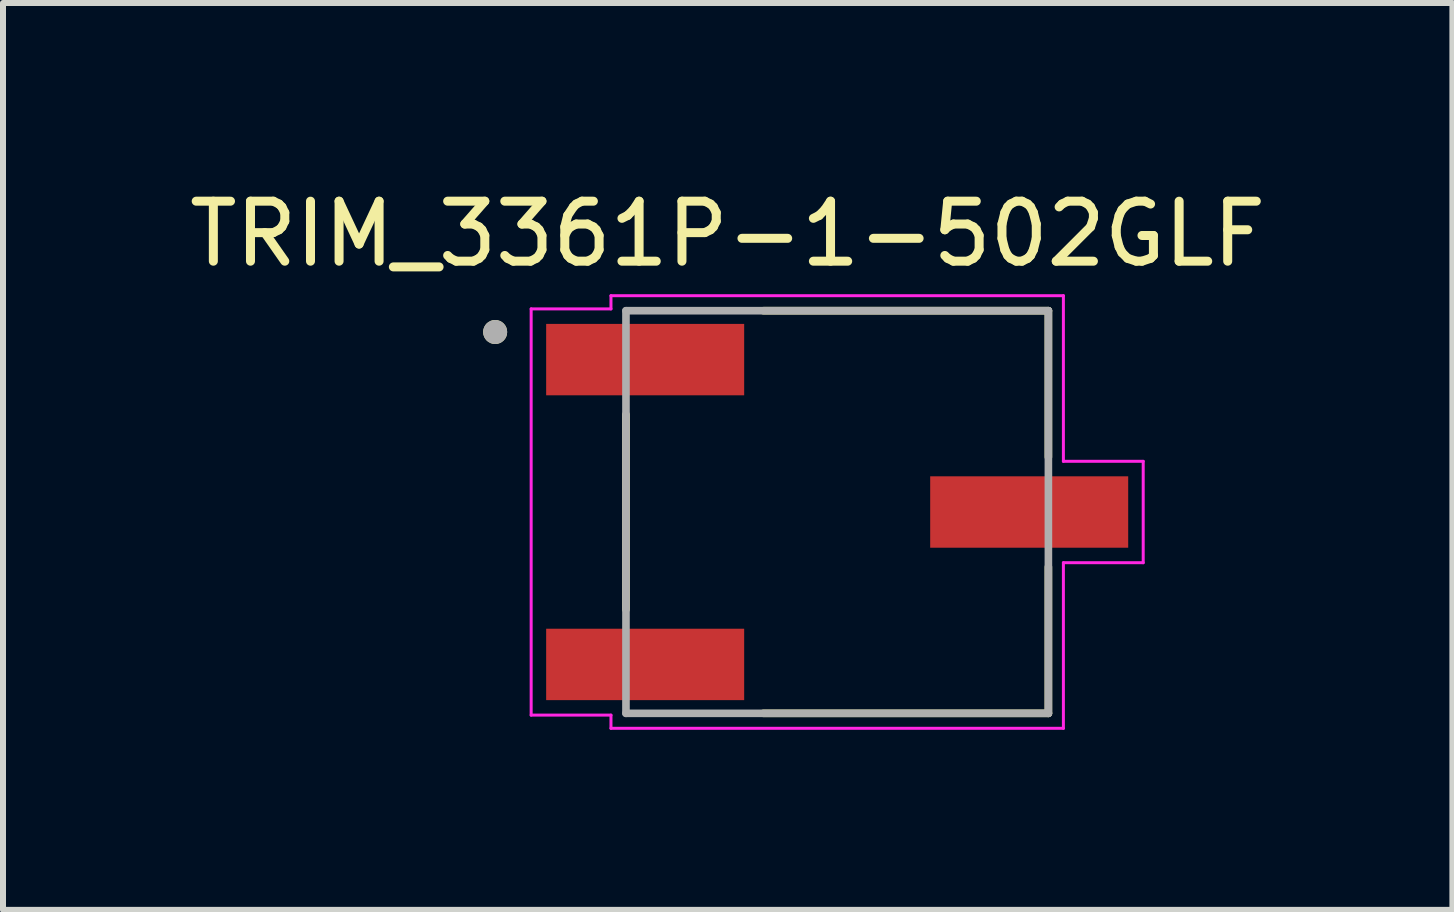
<source format=kicad_pcb>
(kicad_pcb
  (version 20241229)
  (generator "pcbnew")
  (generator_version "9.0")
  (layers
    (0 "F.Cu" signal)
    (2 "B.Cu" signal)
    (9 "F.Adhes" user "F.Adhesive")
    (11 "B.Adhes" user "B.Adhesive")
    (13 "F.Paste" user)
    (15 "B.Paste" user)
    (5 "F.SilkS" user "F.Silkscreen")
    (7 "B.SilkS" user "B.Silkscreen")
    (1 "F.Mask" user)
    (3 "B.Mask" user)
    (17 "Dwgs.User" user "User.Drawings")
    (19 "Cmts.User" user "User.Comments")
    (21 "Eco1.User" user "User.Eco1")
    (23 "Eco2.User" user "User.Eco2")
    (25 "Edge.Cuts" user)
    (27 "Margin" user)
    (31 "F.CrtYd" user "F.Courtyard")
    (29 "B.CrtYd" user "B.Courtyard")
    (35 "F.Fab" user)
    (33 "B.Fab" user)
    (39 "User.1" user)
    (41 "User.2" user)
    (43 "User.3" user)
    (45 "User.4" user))
  (footprint "TRIM_3361P-1-502GLF"
    (layer "F.Cu")
    (at 10.902 5.483)
    (property "Reference" "TRIM_3361P-1-502GLF" (at -1.825 -4.635 0) (layer "F.SilkS") (effects (font (size 1 1) (thickness 0.15))))
    (attr smd)
    (fp_line (start -3.52 -1.625) (end -3.52 1.625) (stroke (width 0.127) (type solid)) (layer "F.SilkS"))
    (fp_line (start 3.52 -3.355) (end -1.23 -3.355) (stroke (width 0.127) (type solid)) (layer "F.SilkS"))
    (fp_line (start 3.52 -0.915) (end 3.52 -3.355) (stroke (width 0.127) (type solid)) (layer "F.SilkS"))
    (fp_line (start 3.52 0.915) (end 3.52 3.355) (stroke (width 0.127) (type solid)) (layer "F.SilkS"))
    (fp_line (start 3.52 3.355) (end -1.23 3.355) (stroke (width 0.127) (type solid)) (layer "F.SilkS"))
    (fp_circle (center -5.7 -3) (end -5.6 -3) (stroke (width 0.2) (type solid)) (fill no) (layer "F.SilkS"))
    (fp_line (start -5.1 -3.385) (end -3.77 -3.385) (stroke (width 0.05) (type solid)) (layer "F.CrtYd"))
    (fp_line (start -5.1 3.385) (end -5.1 -3.385) (stroke (width 0.05) (type solid)) (layer "F.CrtYd"))
    (fp_line (start -3.77 -3.605) (end 3.77 -3.605) (stroke (width 0.05) (type solid)) (layer "F.CrtYd"))
    (fp_line (start -3.77 -3.385) (end -3.77 -3.605) (stroke (width 0.05) (type solid)) (layer "F.CrtYd"))
    (fp_line (start -3.77 3.385) (end -5.1 3.385) (stroke (width 0.05) (type solid)) (layer "F.CrtYd"))
    (fp_line (start -3.77 3.605) (end -3.77 3.385) (stroke (width 0.05) (type solid)) (layer "F.CrtYd"))
    (fp_line (start 3.77 -3.605) (end 3.77 -0.845) (stroke (width 0.05) (type solid)) (layer "F.CrtYd"))
    (fp_line (start 3.77 -0.845) (end 5.1 -0.845) (stroke (width 0.05) (type solid)) (layer "F.CrtYd"))
    (fp_line (start 3.77 0.845) (end 3.77 3.605) (stroke (width 0.05) (type solid)) (layer "F.CrtYd"))
    (fp_line (start 3.77 3.605) (end -3.77 3.605) (stroke (width 0.05) (type solid)) (layer "F.CrtYd"))
    (fp_line (start 5.1 -0.845) (end 5.1 0.845) (stroke (width 0.05) (type solid)) (layer "F.CrtYd"))
    (fp_line (start 5.1 0.845) (end 3.77 0.845) (stroke (width 0.05) (type solid)) (layer "F.CrtYd"))
    (fp_line (start -3.52 -3.355) (end -3.52 3.355) (stroke (width 0.127) (type solid)) (layer "F.Fab"))
    (fp_line (start -3.52 3.355) (end 3.52 3.355) (stroke (width 0.127) (type solid)) (layer "F.Fab"))
    (fp_line (start 3.52 -3.355) (end -3.52 -3.355) (stroke (width 0.127) (type solid)) (layer "F.Fab"))
    (fp_line (start 3.52 3.355) (end 3.52 -3.355) (stroke (width 0.127) (type solid)) (layer "F.Fab"))
    (fp_circle (center -5.7 -3) (end -5.6 -3) (stroke (width 0.2) (type solid)) (fill no) (layer "F.Fab"))
    (pad "1" smd rect (at -3.2 -2.54) (size 3.3 1.19) (layers "F.Cu" "F.Mask" "F.Paste"))
    (pad "2" smd rect (at 3.2 0) (size 3.3 1.19) (layers "F.Cu" "F.Mask" "F.Paste"))
    (pad "3" smd rect (at -3.2 2.54) (size 3.3 1.19) (layers "F.Cu" "F.Mask" "F.Paste")))
  (gr_rect
    (start -3 -3)
    (end 21.155 12.113)
    (stroke (width 0.1) (type default))
    (fill no)
    (layer "Edge.Cuts")))
</source>
